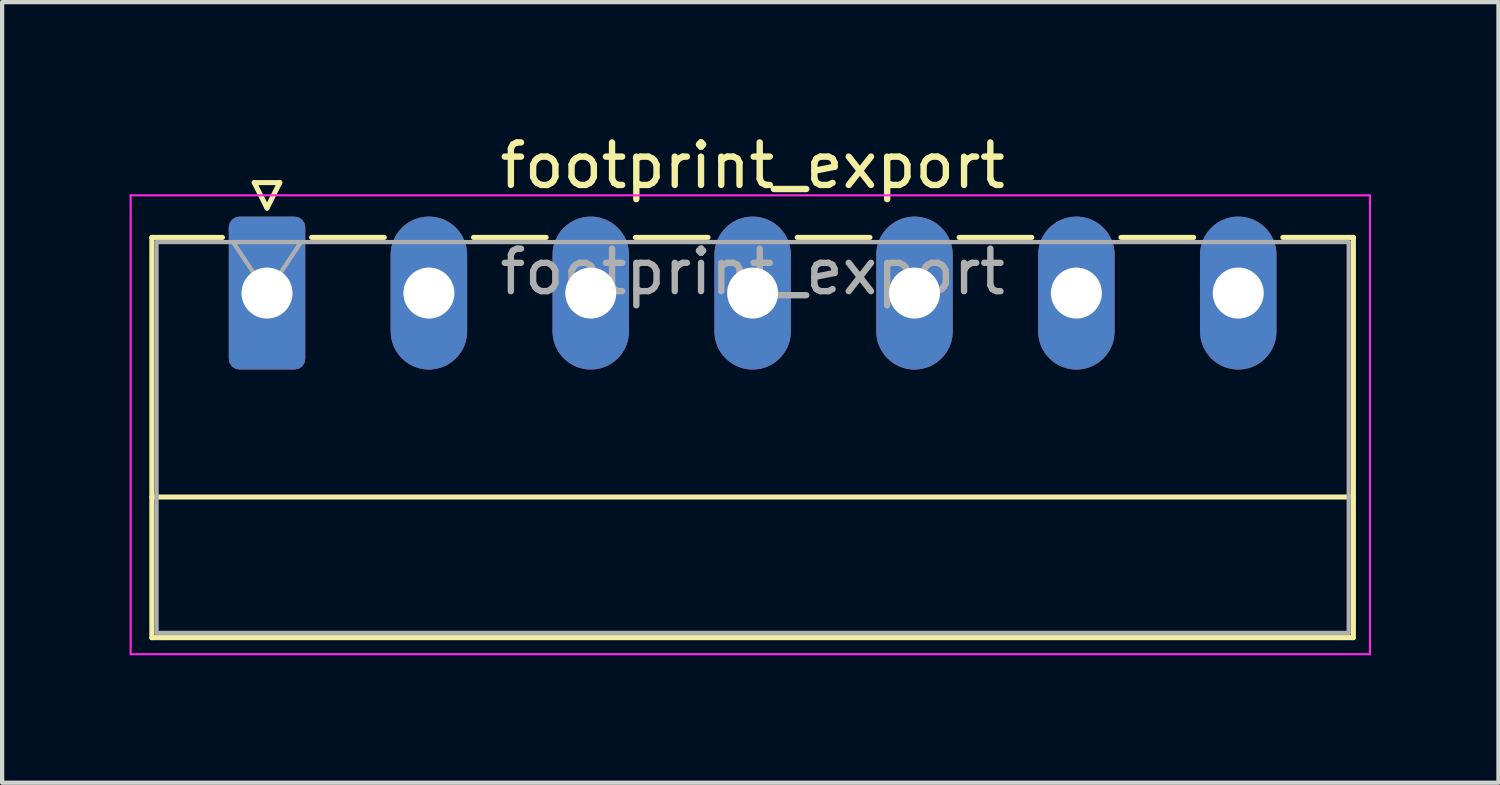
<source format=kicad_pcb>
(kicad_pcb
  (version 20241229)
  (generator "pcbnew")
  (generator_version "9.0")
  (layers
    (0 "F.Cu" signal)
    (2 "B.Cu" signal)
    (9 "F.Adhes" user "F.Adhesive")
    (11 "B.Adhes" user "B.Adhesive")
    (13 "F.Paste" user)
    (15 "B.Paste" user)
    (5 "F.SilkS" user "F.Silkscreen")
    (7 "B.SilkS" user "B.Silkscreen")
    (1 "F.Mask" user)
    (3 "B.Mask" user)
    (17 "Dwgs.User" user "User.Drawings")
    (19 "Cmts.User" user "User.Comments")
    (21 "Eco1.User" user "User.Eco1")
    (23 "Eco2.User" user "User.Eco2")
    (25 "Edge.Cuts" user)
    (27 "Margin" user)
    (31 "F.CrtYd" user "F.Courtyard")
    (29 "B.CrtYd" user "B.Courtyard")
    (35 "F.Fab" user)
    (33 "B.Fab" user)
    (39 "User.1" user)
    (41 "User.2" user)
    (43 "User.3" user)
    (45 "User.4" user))
  (footprint "footprint_export"
    (layer "F.Cu")
    (at 3.235 3.848)
    (property "Reference" "footprint_export" (at 11.43 -3 0) (layer "F.SilkS") (effects (font (size 1 1) (thickness 0.15))))
    (attr through_hole)
    (fp_line (start -2.71 -1.31) (end -2.71 8.11) (stroke (width 0.12) (type solid)) (layer "F.SilkS"))
    (fp_line (start -2.71 -1.31) (end -1.05 -1.31) (stroke (width 0.12) (type solid)) (layer "F.SilkS"))
    (fp_line (start -2.71 4.8) (end 25.57 4.8) (stroke (width 0.12) (type solid)) (layer "F.SilkS"))
    (fp_line (start -2.71 8.11) (end 25.57 8.11) (stroke (width 0.12) (type solid)) (layer "F.SilkS"))
    (fp_line (start -0.3 -2.6) (end 0.3 -2.6) (stroke (width 0.12) (type solid)) (layer "F.SilkS"))
    (fp_line (start 0 -2) (end -0.3 -2.6) (stroke (width 0.12) (type solid)) (layer "F.SilkS"))
    (fp_line (start 0.3 -2.6) (end 0 -2) (stroke (width 0.12) (type solid)) (layer "F.SilkS"))
    (fp_line (start 1.05 -1.31) (end 2.76 -1.31) (stroke (width 0.12) (type solid)) (layer "F.SilkS"))
    (fp_line (start 4.86 -1.31) (end 6.57 -1.31) (stroke (width 0.12) (type solid)) (layer "F.SilkS"))
    (fp_line (start 8.67 -1.31) (end 10.38 -1.31) (stroke (width 0.12) (type solid)) (layer "F.SilkS"))
    (fp_line (start 12.48 -1.31) (end 14.19 -1.31) (stroke (width 0.12) (type solid)) (layer "F.SilkS"))
    (fp_line (start 16.29 -1.31) (end 18 -1.31) (stroke (width 0.12) (type solid)) (layer "F.SilkS"))
    (fp_line (start 20.1 -1.31) (end 21.81 -1.31) (stroke (width 0.12) (type solid)) (layer "F.SilkS"))
    (fp_line (start 25.57 -1.31) (end 23.91 -1.31) (stroke (width 0.12) (type solid)) (layer "F.SilkS"))
    (fp_line (start 25.57 8.11) (end 25.57 -1.31) (stroke (width 0.12) (type solid)) (layer "F.SilkS"))
    (fp_line (start -3.21 -2.3) (end -3.21 8.5) (stroke (width 0.05) (type solid)) (layer "F.CrtYd"))
    (fp_line (start -3.21 8.5) (end 25.96 8.5) (stroke (width 0.05) (type solid)) (layer "F.CrtYd"))
    (fp_line (start 25.96 -2.3) (end -3.21 -2.3) (stroke (width 0.05) (type solid)) (layer "F.CrtYd"))
    (fp_line (start 25.96 8.5) (end 25.96 -2.3) (stroke (width 0.05) (type solid)) (layer "F.CrtYd"))
    (fp_line (start -2.6 -1.2) (end -2.6 8) (stroke (width 0.1) (type solid)) (layer "F.Fab"))
    (fp_line (start -2.6 8) (end 25.46 8) (stroke (width 0.1) (type solid)) (layer "F.Fab"))
    (fp_line (start 0 0) (end -0.8 -1.2) (stroke (width 0.1) (type solid)) (layer "F.Fab"))
    (fp_line (start 0.8 -1.2) (end 0 0) (stroke (width 0.1) (type solid)) (layer "F.Fab"))
    (fp_line (start 25.46 -1.2) (end -2.6 -1.2) (stroke (width 0.1) (type solid)) (layer "F.Fab"))
    (fp_line (start 25.46 8) (end 25.46 -1.2) (stroke (width 0.1) (type solid)) (layer "F.Fab"))
    (fp_text user "${REFERENCE}" (at 11.43 -0.5 0) (layer "F.Fab") (effects (font (size 1 1) (thickness 0.15))))
    (pad "1" thru_hole roundrect (at 0 0) (size 1.8 3.6) (drill 1.2) (layers "*.Cu" "*.Mask") (roundrect_rratio 0.139))
    (pad "2" thru_hole oval (at 3.81 0) (size 1.8 3.6) (drill 1.2) (layers "*.Cu" "*.Mask"))
    (pad "3" thru_hole oval (at 7.62 0) (size 1.8 3.6) (drill 1.2) (layers "*.Cu" "*.Mask"))
    (pad "4" thru_hole oval (at 11.43 0) (size 1.8 3.6) (drill 1.2) (layers "*.Cu" "*.Mask"))
    (pad "5" thru_hole oval (at 15.24 0) (size 1.8 3.6) (drill 1.2) (layers "*.Cu" "*.Mask"))
    (pad "6" thru_hole oval (at 19.05 0) (size 1.8 3.6) (drill 1.2) (layers "*.Cu" "*.Mask"))
    (pad "7" thru_hole oval (at 22.86 0) (size 1.8 3.6) (drill 1.2) (layers "*.Cu" "*.Mask")))
  (gr_rect
    (start -3 -3)
    (end 32.22 15.373)
    (stroke (width 0.1) (type default))
    (fill no)
    (layer "Edge.Cuts")))
</source>
